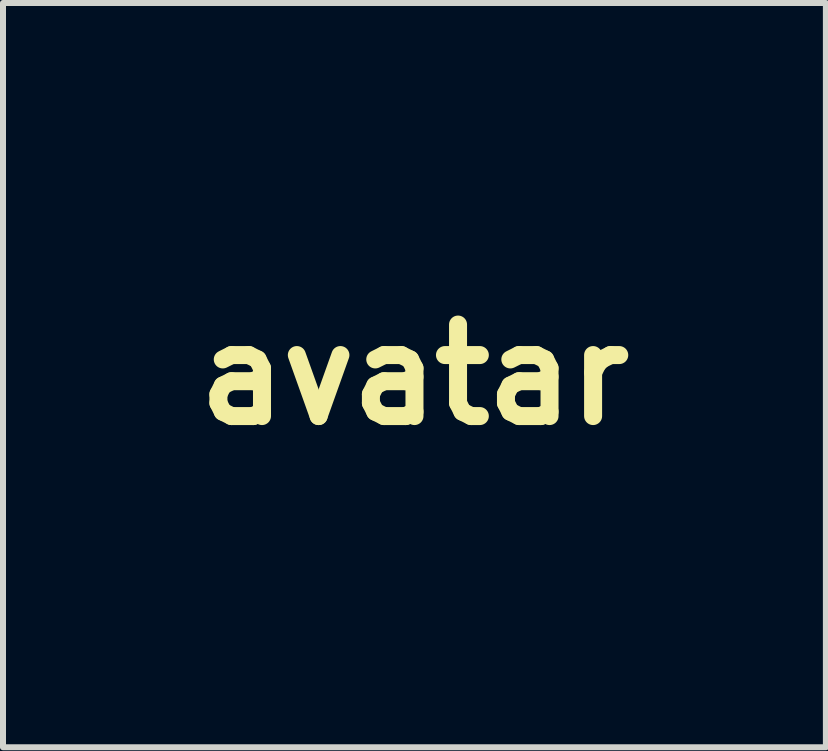
<source format=kicad_pcb>
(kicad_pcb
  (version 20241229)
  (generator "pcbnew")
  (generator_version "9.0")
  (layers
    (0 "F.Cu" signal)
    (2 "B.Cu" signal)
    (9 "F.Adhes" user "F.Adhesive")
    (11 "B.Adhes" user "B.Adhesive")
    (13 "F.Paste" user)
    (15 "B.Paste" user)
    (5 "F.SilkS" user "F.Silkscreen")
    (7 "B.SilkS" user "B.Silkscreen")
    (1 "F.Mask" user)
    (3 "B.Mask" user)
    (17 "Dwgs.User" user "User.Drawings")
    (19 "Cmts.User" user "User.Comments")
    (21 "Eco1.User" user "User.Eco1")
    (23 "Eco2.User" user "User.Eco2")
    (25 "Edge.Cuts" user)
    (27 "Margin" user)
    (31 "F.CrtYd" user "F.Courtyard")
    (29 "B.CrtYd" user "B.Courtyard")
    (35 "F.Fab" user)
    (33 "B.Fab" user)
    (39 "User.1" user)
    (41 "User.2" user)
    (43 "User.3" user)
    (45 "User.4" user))
  (footprint "avatar"
    (layer "F.Cu")
    (at 3.854 3.191)
    (property "Reference" "avatar" (at 0 0 0) (layer "F.SilkS") (effects (font (size 1.524 1.524) (thickness 0.3))))
    (attr through_hole)
    (fp_poly (pts (xy 0.211 -0.015) (xy 0.256 0.147) (xy 0.236 0.339) (xy 0.152 0.491) (xy -0.011 0.572) (xy -0.221 0.588) (xy -0.404 0.541) (xy -0.476 0.468) (xy -0.448 0.336) (xy -0.319 0.17) (xy -0.138 0.019) (xy 0.046 -0.073) (xy 0.106 -0.082) (xy 0.211 -0.015)) (stroke (width 0.01) (type solid)) (fill no) (layer "Eco2.User"))
    (fp_poly (pts (xy -1.717 0.918) (xy -1.693 1.023) (xy -1.614 1.258) (xy -1.398 1.482) (xy -1.077 1.669) (xy -0.723 1.785) (xy -0.412 1.842) (xy -0.158 1.848) (xy 0.126 1.8) (xy 0.301 1.756) (xy 0.776 1.623) (xy 1.105 1.505) (xy 1.31 1.39) (xy 1.414 1.268) (xy 1.439 1.147) (xy 1.484 0.972) (xy 1.571 0.931) (xy 1.655 0.97) (xy 1.683 1.111) (xy 1.677 1.291) (xy 1.651 1.651) (xy 0.974 1.881) (xy 0.217 2.069) (xy -0.502 2.1) (xy -1.14 1.992) (xy -1.545 1.822) (xy -1.815 1.57) (xy -1.94 1.248) (xy -1.947 1.138) (xy -1.919 0.921) (xy -1.828 0.847) (xy -1.82 0.847) (xy -1.717 0.918)) (stroke (width 0.01) (type solid)) (fill no) (layer "Eco2.User"))
    (fp_poly (pts (xy -0.827 -3.185) (xy -0.362 -3.147) (xy 0.116 -3.079) (xy 0.559 -2.985) (xy 0.917 -2.872) (xy 0.96 -2.854) (xy 1.381 -2.595) (xy 1.805 -2.202) (xy 2.205 -1.705) (xy 2.552 -1.137) (xy 2.651 -0.938) (xy 2.808 -0.596) (xy 2.903 -0.345) (xy 2.95 -0.125) (xy 2.96 0.125) (xy 2.946 0.467) (xy 2.942 0.526) (xy 2.914 0.913) (xy 2.869 1.188) (xy 2.794 1.41) (xy 2.672 1.636) (xy 2.621 1.718) (xy 2.427 2.033) (xy 2.232 2.357) (xy 2.137 2.521) (xy 2.003 2.736) (xy 1.861 2.898) (xy 1.685 3.015) (xy 1.451 3.096) (xy 1.133 3.147) (xy 0.705 3.177) (xy 0.142 3.193) (xy -0.085 3.196) (xy -0.683 3.201) (xy -1.135 3.195) (xy -1.463 3.176) (xy -1.689 3.144) (xy -1.826 3.101) (xy -2.118 2.903) (xy -2.418 2.586) (xy -2.688 2.197) (xy -2.891 1.785) (xy -3.03 1.276) (xy -3.106 0.663) (xy -3.119 0.104) (xy -2.963 0.104) (xy -2.963 0.466) (xy -2.916 0.885) (xy -2.79 1.374) (xy -2.605 1.866) (xy -2.384 2.294) (xy -2.373 2.312) (xy -2.193 2.563) (xy -2.001 2.751) (xy -1.769 2.883) (xy -1.468 2.97) (xy -1.072 3.018) (xy -0.553 3.039) (xy -0.127 3.041) (xy 0.409 3.033) (xy 0.867 3.012) (xy 1.218 2.98) (xy 1.431 2.939) (xy 1.434 2.937) (xy 1.656 2.814) (xy 1.863 2.589) (xy 2.006 2.371) (xy 2.197 2.054) (xy 2.391 1.735) (xy 2.498 1.559) (xy 2.631 1.264) (xy 2.728 0.905) (xy 2.779 0.538) (xy 2.777 0.22) (xy 2.727 0.033) (xy 2.615 -0.068) (xy 2.377 -0.214) (xy 2.045 -0.387) (xy 1.7 -0.547) (xy 1.289 -0.739) (xy 0.983 -0.902) (xy 0.803 -1.026) (xy 0.762 -1.084) (xy 0.82 -1.163) (xy 0.997 -1.157) (xy 1.302 -1.064) (xy 1.74 -0.882) (xy 1.908 -0.806) (xy 2.207 -0.671) (xy 2.44 -0.574) (xy 2.571 -0.528) (xy 2.587 -0.527) (xy 2.567 -0.609) (xy 2.49 -0.798) (xy 2.407 -0.98) (xy 2.211 -1.313) (xy 1.937 -1.681) (xy 1.623 -2.041) (xy 1.305 -2.351) (xy 1.021 -2.57) (xy 0.942 -2.614) (xy 0.677 -2.713) (xy 0.305 -2.811) (xy -0.126 -2.9) (xy -0.565 -2.971) (xy -0.964 -3.015) (xy -1.274 -3.025) (xy -1.379 -3.015) (xy -1.616 -2.91) (xy -1.898 -2.695) (xy -2.186 -2.408) (xy -2.443 -2.087) (xy -2.594 -1.84) (xy -2.67 -1.643) (xy -2.76 -1.341) (xy -2.848 -0.995) (xy -2.92 -0.668) (xy -2.959 -0.42) (xy -2.962 -0.37) (xy -2.888 -0.347) (xy -2.677 -0.388) (xy -2.346 -0.489) (xy -2.265 -0.517) (xy -1.803 -0.666) (xy -1.479 -0.742) (xy -1.28 -0.747) (xy -1.192 -0.682) (xy -1.185 -0.638) (xy -1.264 -0.536) (xy -1.476 -0.443) (xy -1.545 -0.424) (xy -1.821 -0.341) (xy -2.166 -0.219) (xy -2.434 -0.115) (xy -2.963 0.104) (xy -3.119 0.104) (xy -3.121 -0.003) (xy -3.076 -0.669) (xy -2.973 -1.283) (xy -2.813 -1.794) (xy -2.801 -1.82) (xy -2.602 -2.168) (xy -2.327 -2.517) (xy -2.017 -2.826) (xy -1.712 -3.054) (xy -1.517 -3.145) (xy -1.228 -3.186) (xy -0.827 -3.185)) (stroke (width 0.01) (type solid)) (fill no) (layer "Eco2.User")))
  (gr_rect
    (start -3 -3)
    (end 10.707 9.397)
    (stroke (width 0.1) (type default))
    (fill no)
    (layer "Edge.Cuts")))
</source>
